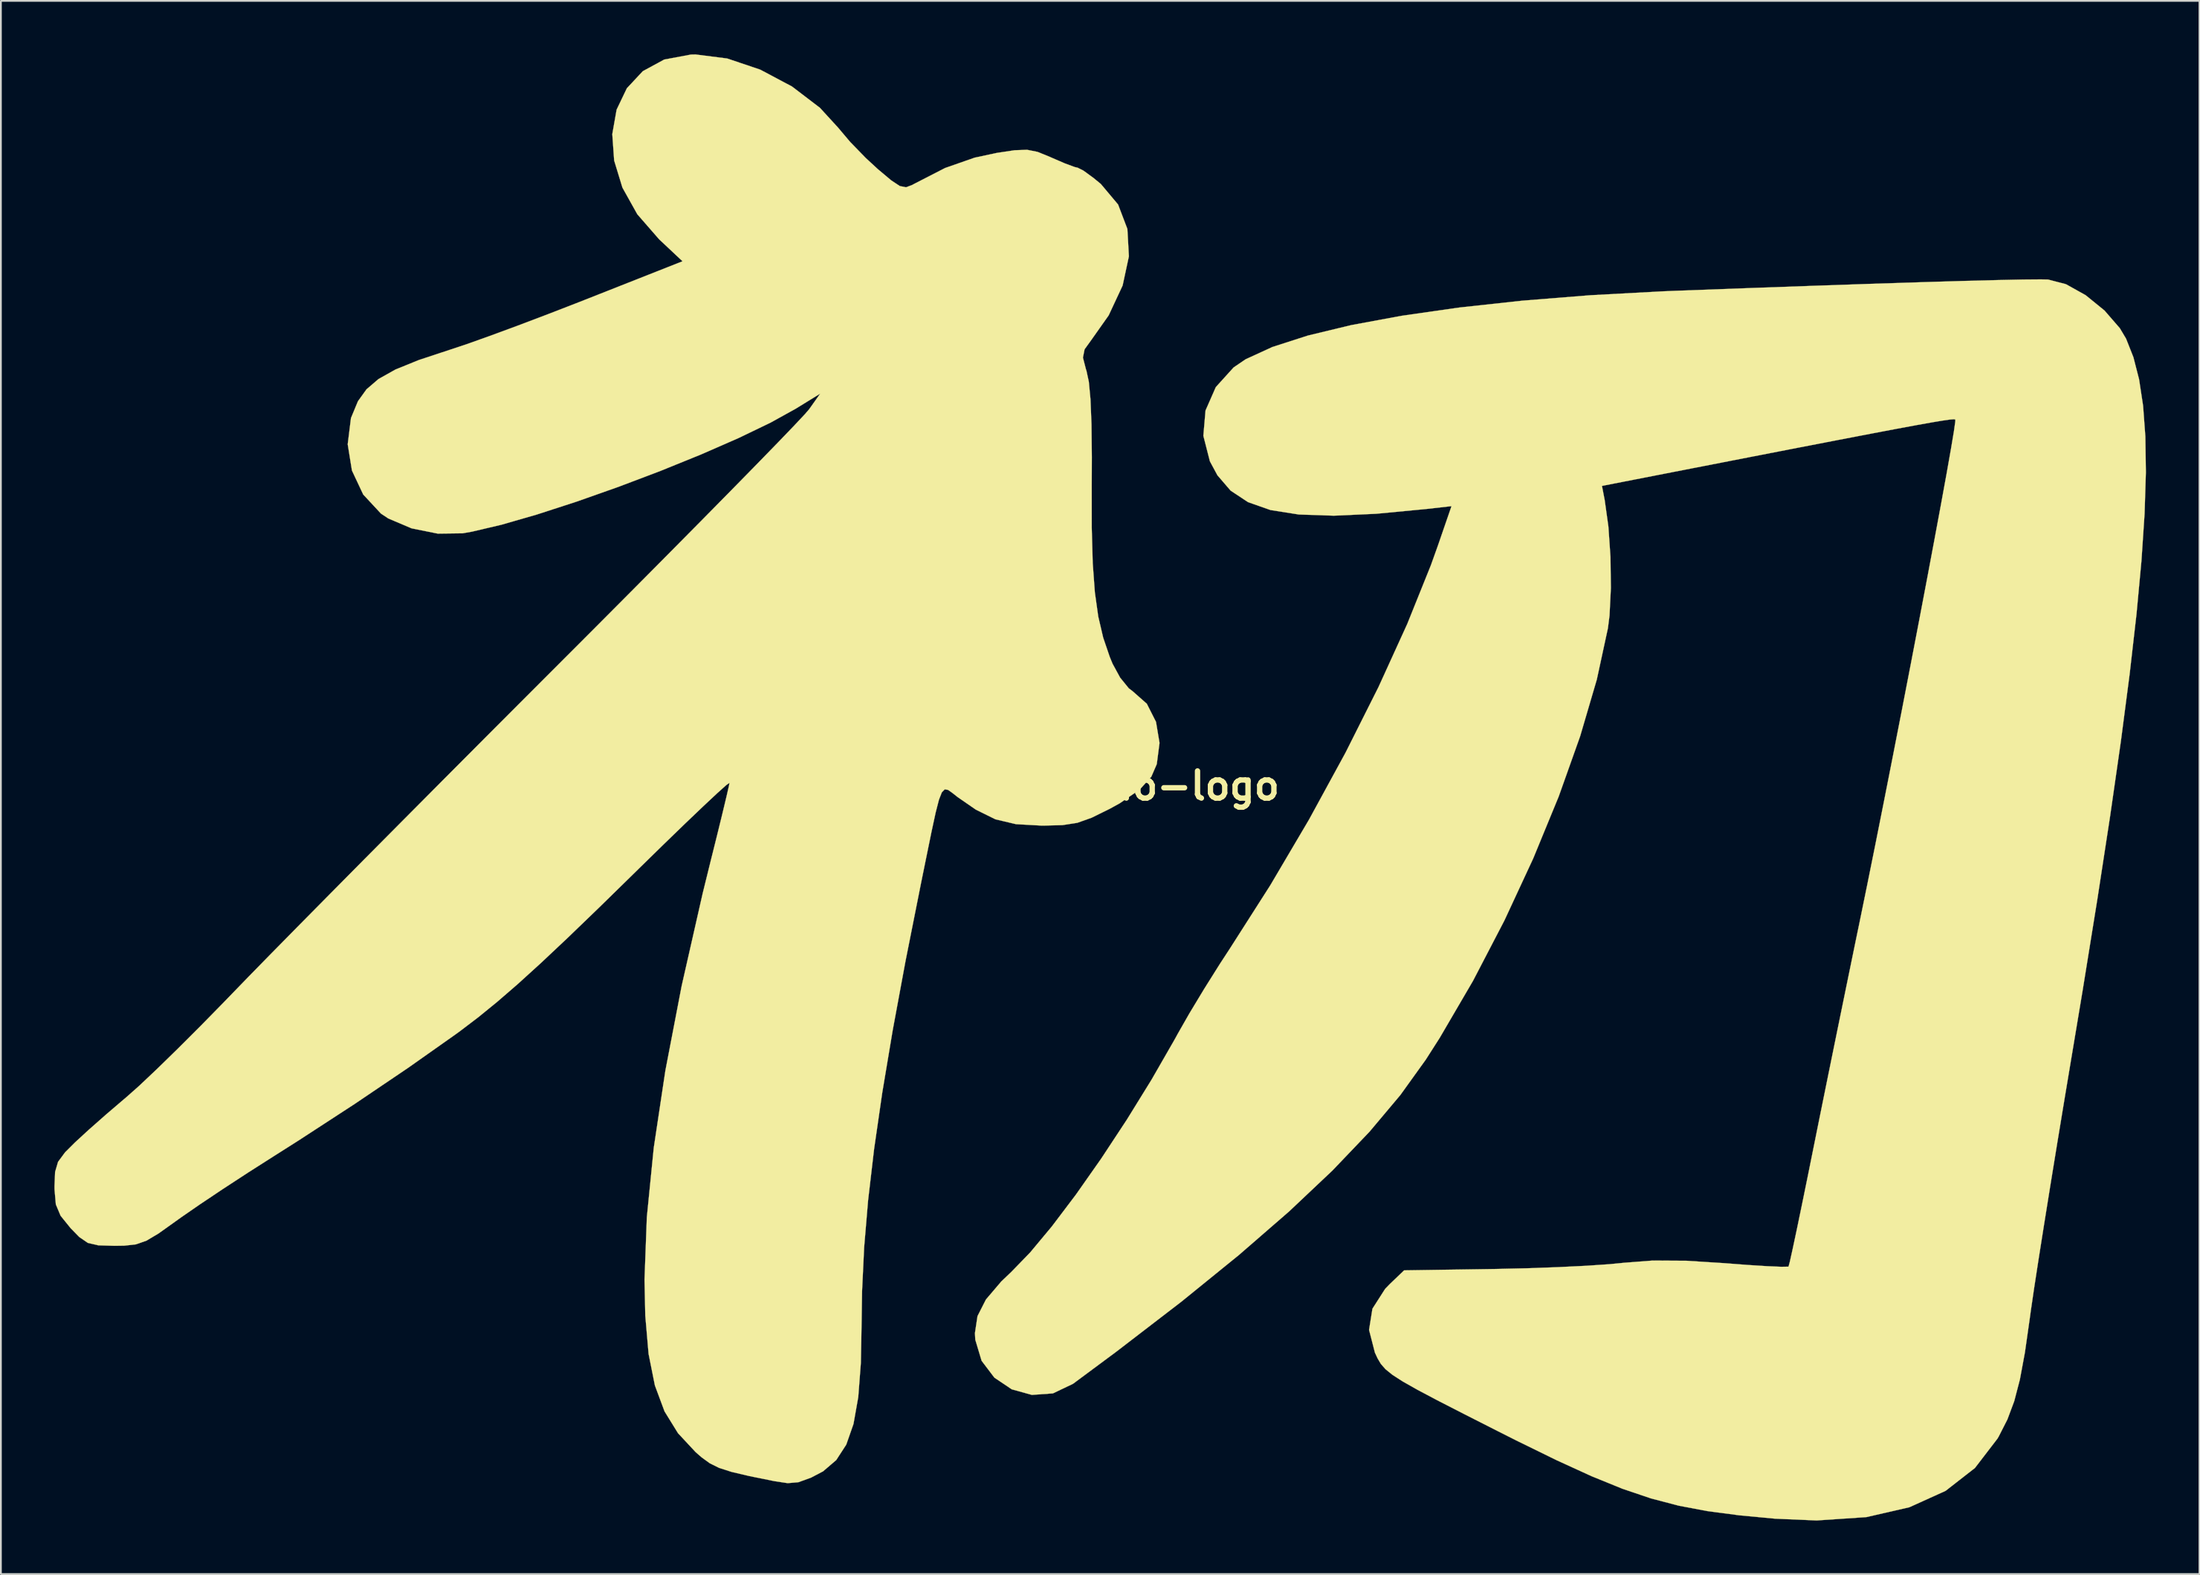
<source format=kicad_pcb>
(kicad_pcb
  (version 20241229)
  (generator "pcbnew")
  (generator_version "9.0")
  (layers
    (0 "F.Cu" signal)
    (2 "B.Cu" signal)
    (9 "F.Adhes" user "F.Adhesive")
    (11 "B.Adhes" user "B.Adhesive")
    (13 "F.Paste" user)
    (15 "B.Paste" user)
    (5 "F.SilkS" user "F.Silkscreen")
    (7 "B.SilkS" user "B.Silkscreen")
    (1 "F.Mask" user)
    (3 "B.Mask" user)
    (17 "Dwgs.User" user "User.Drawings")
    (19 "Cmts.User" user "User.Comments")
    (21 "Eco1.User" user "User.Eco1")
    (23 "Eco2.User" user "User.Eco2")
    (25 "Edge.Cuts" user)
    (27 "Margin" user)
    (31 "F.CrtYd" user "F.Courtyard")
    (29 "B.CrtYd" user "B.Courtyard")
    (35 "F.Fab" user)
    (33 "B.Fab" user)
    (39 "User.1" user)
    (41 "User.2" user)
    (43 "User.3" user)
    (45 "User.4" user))
  (footprint "sho-logo"
    (layer "F.Cu")
    (at 63.24 41.015)
    (property "Reference" "sho-logo" (at 0 0 0) (layer "F.SilkS") (effects (font (size 1.524 1.524) (thickness 0.3))))
    (attr through_hole)
    (fp_poly (pts (xy 48.509 -28.39) (xy 49.514 -28.128) (xy 50.618 -27.511) (xy 51.675 -26.651) (xy 52.534 -25.66) (xy 52.882 -25.075) (xy 53.294 -24.034) (xy 53.613 -22.789) (xy 53.837 -21.314) (xy 53.964 -19.585) (xy 53.993 -17.577) (xy 53.921 -15.266) (xy 53.746 -12.626) (xy 53.468 -9.634) (xy 53.083 -6.264) (xy 52.591 -2.492) (xy 51.988 1.707) (xy 51.274 6.357) (xy 50.447 11.483) (xy 49.869 14.949) (xy 49.442 17.507) (xy 49.027 20.024) (xy 48.636 22.424) (xy 48.281 24.636) (xy 47.973 26.584) (xy 47.725 28.196) (xy 47.549 29.399) (xy 47.489 29.836) (xy 47.213 31.774) (xy 46.931 33.294) (xy 46.614 34.51) (xy 46.231 35.534) (xy 45.752 36.476) (xy 45.677 36.606) (xy 44.413 38.254) (xy 42.766 39.538) (xy 40.737 40.457) (xy 38.328 41.01) (xy 35.54 41.198) (xy 33.205 41.098) (xy 31.19 40.908) (xy 29.424 40.675) (xy 27.809 40.37) (xy 26.252 39.962) (xy 24.656 39.422) (xy 22.928 38.719) (xy 20.97 37.823) (xy 18.688 36.705) (xy 17.655 36.184) (xy 15.759 35.221) (xy 14.278 34.461) (xy 13.155 33.866) (xy 12.334 33.401) (xy 11.757 33.029) (xy 11.369 32.714) (xy 11.111 32.419) (xy 10.927 32.108) (xy 10.778 31.787) (xy 10.45 30.51) (xy 10.639 29.324) (xy 11.351 28.212) (xy 11.625 27.929) (xy 12.415 27.173) (xy 17.518 27.096) (xy 19.284 27.056) (xy 21.031 26.994) (xy 22.625 26.916) (xy 23.937 26.827) (xy 24.739 26.748) (xy 26.345 26.624) (xy 28.233 26.635) (xy 30.368 26.77) (xy 31.669 26.87) (xy 32.765 26.939) (xy 33.556 26.973) (xy 33.943 26.966) (xy 33.964 26.958) (xy 34.038 26.68) (xy 34.198 25.957) (xy 34.431 24.862) (xy 34.72 23.467) (xy 35.051 21.847) (xy 35.268 20.77) (xy 35.687 18.691) (xy 36.179 16.265) (xy 36.709 13.665) (xy 37.242 11.062) (xy 37.742 8.627) (xy 37.94 7.673) (xy 38.365 5.597) (xy 38.825 3.319) (xy 39.308 0.893) (xy 39.805 -1.629) (xy 40.306 -4.193) (xy 40.8 -6.746) (xy 41.278 -9.236) (xy 41.729 -11.609) (xy 42.143 -13.813) (xy 42.511 -15.794) (xy 42.822 -17.5) (xy 43.065 -18.877) (xy 43.232 -19.873) (xy 43.311 -20.434) (xy 43.313 -20.54) (xy 43.23 -20.555) (xy 43.013 -20.538) (xy 42.622 -20.483) (xy 42.02 -20.383) (xy 41.167 -20.231) (xy 40.026 -20.02) (xy 38.558 -19.741) (xy 36.724 -19.389) (xy 34.487 -18.957) (xy 31.808 -18.436) (xy 28.648 -17.82) (xy 28.62 -17.815) (xy 23.505 -16.817) (xy 23.659 -16.015) (xy 23.865 -14.539) (xy 23.982 -12.83) (xy 24.005 -11.097) (xy 23.929 -9.552) (xy 23.839 -8.839) (xy 23.216 -5.958) (xy 22.283 -2.781) (xy 21.082 0.596) (xy 19.652 4.073) (xy 18.036 7.554) (xy 16.276 10.939) (xy 14.412 14.131) (xy 13.631 15.355) (xy 12.206 17.339) (xy 10.471 19.403) (xy 8.4 21.572) (xy 5.97 23.867) (xy 3.155 26.312) (xy -0.07 28.93) (xy -3.731 31.744) (xy -6.146 33.536) (xy -7.27 34.072) (xy -8.449 34.157) (xy -9.578 33.844) (xy -10.552 33.189) (xy -11.268 32.244) (xy -11.622 31.064) (xy -11.642 30.692) (xy -11.498 29.738) (xy -11.025 28.807) (xy -10.165 27.796) (xy -9.595 27.252) (xy -8.552 26.176) (xy -7.328 24.707) (xy -5.98 22.923) (xy -4.563 20.904) (xy -3.132 18.73) (xy -1.743 16.481) (xy -0.453 14.236) (xy -0.264 13.891) (xy 0.384 12.756) (xy 1.209 11.388) (xy 2.088 9.988) (xy 2.649 9.128) (xy 4.909 5.587) (xy 7.085 1.895) (xy 9.125 -1.846) (xy 10.978 -5.536) (xy 12.591 -9.076) (xy 13.914 -12.365) (xy 14.307 -13.463) (xy 15.072 -15.682) (xy 13.688 -15.525) (xy 10.85 -15.254) (xy 8.474 -15.147) (xy 6.514 -15.213) (xy 4.927 -15.463) (xy 3.667 -15.906) (xy 2.69 -16.552) (xy 1.951 -17.412) (xy 1.528 -18.197) (xy 1.162 -19.628) (xy 1.284 -21.047) (xy 1.86 -22.357) (xy 2.857 -23.459) (xy 3.529 -23.917) (xy 5.03 -24.606) (xy 7.018 -25.247) (xy 9.453 -25.834) (xy 12.296 -26.36) (xy 15.505 -26.819) (xy 19.041 -27.204) (xy 22.864 -27.51) (xy 26.933 -27.729) (xy 27.649 -27.758) (xy 31.62 -27.905) (xy 35.231 -28.034) (xy 38.461 -28.145) (xy 41.286 -28.236) (xy 43.686 -28.308) (xy 45.638 -28.359) (xy 47.121 -28.39) (xy 48.113 -28.398) (xy 48.509 -28.39)) (stroke (width 0.01) (type solid)) (fill yes) (layer "F.SilkS"))
    (fp_poly (pts (xy -25.529 -40.785) (xy -23.677 -40.16) (xy -21.894 -39.213) (xy -20.331 -38.02) (xy -19.316 -36.911) (xy -18.635 -36.105) (xy -17.756 -35.2) (xy -17.075 -34.572) (xy -16.332 -33.949) (xy -15.851 -33.631) (xy -15.502 -33.563) (xy -15.156 -33.694) (xy -15.057 -33.749) (xy -13.315 -34.644) (xy -11.66 -35.223) (xy -10.427 -35.488) (xy -9.417 -35.64) (xy -8.718 -35.665) (xy -8.125 -35.546) (xy -7.433 -35.264) (xy -7.357 -35.229) (xy -6.605 -34.904) (xy -6.049 -34.698) (xy -5.883 -34.66) (xy -5.566 -34.501) (xy -5.004 -34.092) (xy -4.583 -33.746) (xy -3.618 -32.597) (xy -3.096 -31.225) (xy -3.012 -29.691) (xy -3.363 -28.055) (xy -4.145 -26.38) (xy -5.099 -25.028) (xy -5.496 -24.476) (xy -5.588 -24.011) (xy -5.421 -23.362) (xy -5.391 -23.274) (xy -5.258 -22.658) (xy -5.165 -21.675) (xy -5.109 -20.28) (xy -5.089 -18.43) (xy -5.095 -16.898) (xy -5.094 -14.469) (xy -5.039 -12.482) (xy -4.92 -10.85) (xy -4.729 -9.487) (xy -4.453 -8.307) (xy -4.084 -7.225) (xy -3.929 -6.848) (xy -3.502 -6.063) (xy -3.017 -5.466) (xy -2.806 -5.306) (xy -2.007 -4.601) (xy -1.492 -3.583) (xy -1.295 -2.403) (xy -1.449 -1.215) (xy -1.755 -0.508) (xy -2.407 0.212) (xy -3.523 0.98) (xy -4.077 1.286) (xy -5.099 1.79) (xy -5.905 2.077) (xy -6.732 2.205) (xy -7.816 2.233) (xy -7.913 2.232) (xy -9.341 2.152) (xy -10.495 1.879) (xy -11.592 1.337) (xy -12.616 0.63) (xy -12.92 0.39) (xy -13.152 0.228) (xy -13.336 0.201) (xy -13.497 0.366) (xy -13.658 0.778) (xy -13.843 1.496) (xy -14.076 2.576) (xy -14.382 4.073) (xy -14.666 5.47) (xy -15.531 9.818) (xy -16.252 13.713) (xy -16.837 17.212) (xy -17.294 20.369) (xy -17.63 23.241) (xy -17.852 25.882) (xy -17.969 28.348) (xy -17.992 29.982) (xy -18.036 32.362) (xy -18.182 34.278) (xy -18.449 35.786) (xy -18.854 36.945) (xy -19.416 37.811) (xy -20.154 38.443) (xy -20.827 38.796) (xy -21.539 39.054) (xy -22.137 39.106) (xy -22.886 38.993) (xy -24.286 38.709) (xy -25.279 38.476) (xy -25.98 38.251) (xy -26.503 37.992) (xy -26.963 37.658) (xy -27.3 37.364) (xy -28.286 36.305) (xy -29.04 35.083) (xy -29.582 33.625) (xy -29.935 31.859) (xy -30.12 29.711) (xy -30.163 27.694) (xy -30.033 24.198) (xy -29.644 20.295) (xy -28.994 15.973) (xy -28.081 11.223) (xy -26.902 6.031) (xy -26.459 4.236) (xy -26.104 2.813) (xy -25.8 1.572) (xy -25.568 0.603) (xy -25.429 -0.005) (xy -25.4 -0.167) (xy -25.58 -0.039) (xy -26.088 0.416) (xy -26.875 1.153) (xy -27.896 2.128) (xy -29.101 3.295) (xy -30.444 4.609) (xy -30.626 4.788) (xy -32.702 6.821) (xy -34.465 8.521) (xy -35.97 9.938) (xy -37.271 11.12) (xy -38.422 12.116) (xy -39.476 12.975) (xy -40.489 13.746) (xy -40.746 13.933) (xy -43.412 15.815) (xy -46.4 17.835) (xy -49.559 19.892) (xy -50.949 20.774) (xy -52.37 21.68) (xy -53.798 22.612) (xy -55.099 23.483) (xy -56.141 24.203) (xy -56.478 24.445) (xy -57.408 25.108) (xy -58.084 25.51) (xy -58.671 25.715) (xy -59.33 25.789) (xy -59.872 25.797) (xy -60.779 25.77) (xy -61.368 25.633) (xy -61.851 25.301) (xy -62.33 24.809) (xy -62.893 24.113) (xy -63.16 23.476) (xy -63.234 22.628) (xy -63.235 22.459) (xy -63.202 21.653) (xy -63.036 21.087) (xy -62.641 20.552) (xy -62.095 20.007) (xy -61.322 19.296) (xy -60.335 18.425) (xy -59.332 17.567) (xy -59.207 17.462) (xy -58.497 16.832) (xy -57.507 15.897) (xy -56.321 14.74) (xy -55.02 13.44) (xy -53.688 12.08) (xy -53.269 11.646) (xy -52.37 10.718) (xy -51.139 9.459) (xy -49.617 7.912) (xy -47.848 6.12) (xy -45.874 4.125) (xy -43.737 1.972) (xy -41.48 -0.299) (xy -39.145 -2.644) (xy -36.775 -5.019) (xy -35.317 -6.478) (xy -33.063 -8.735) (xy -30.907 -10.901) (xy -28.881 -12.943) (xy -27.015 -14.83) (xy -25.34 -16.531) (xy -23.888 -18.013) (xy -22.689 -19.246) (xy -21.775 -20.197) (xy -21.177 -20.835) (xy -20.934 -21.116) (xy -20.315 -21.991) (xy -21.685 -21.148) (xy -23.096 -20.366) (xy -24.9 -19.497) (xy -26.993 -18.581) (xy -29.272 -17.656) (xy -31.633 -16.761) (xy -33.974 -15.934) (xy -36.191 -15.214) (xy -38.18 -14.64) (xy -39.839 -14.25) (xy -40.359 -14.159) (xy -41.751 -14.141) (xy -43.219 -14.437) (xy -44.523 -14.99) (xy -44.936 -15.264) (xy -45.931 -16.335) (xy -46.562 -17.678) (xy -46.8 -19.152) (xy -46.618 -20.62) (xy -46.227 -21.564) (xy -45.747 -22.233) (xy -45.074 -22.81) (xy -44.126 -23.342) (xy -42.821 -23.873) (xy -41.077 -24.45) (xy -41.069 -24.452) (xy -40.149 -24.758) (xy -38.851 -25.221) (xy -37.288 -25.797) (xy -35.574 -26.447) (xy -33.82 -27.127) (xy -33.455 -27.271) (xy -28.032 -29.413) (xy -29.345 -30.647) (xy -30.566 -32.049) (xy -31.401 -33.544) (xy -31.865 -35.064) (xy -31.969 -36.544) (xy -31.727 -37.916) (xy -31.153 -39.115) (xy -30.258 -40.074) (xy -29.058 -40.726) (xy -27.563 -41.005) (xy -27.301 -41.01) (xy -25.529 -40.785)) (stroke (width 0.01) (type solid)) (fill yes) (layer "F.SilkS")))
  (gr_rect
    (start -3 -3)
    (end 120.238 85.218)
    (stroke (width 0.1) (type default))
    (fill no)
    (layer "Edge.Cuts")))
</source>
